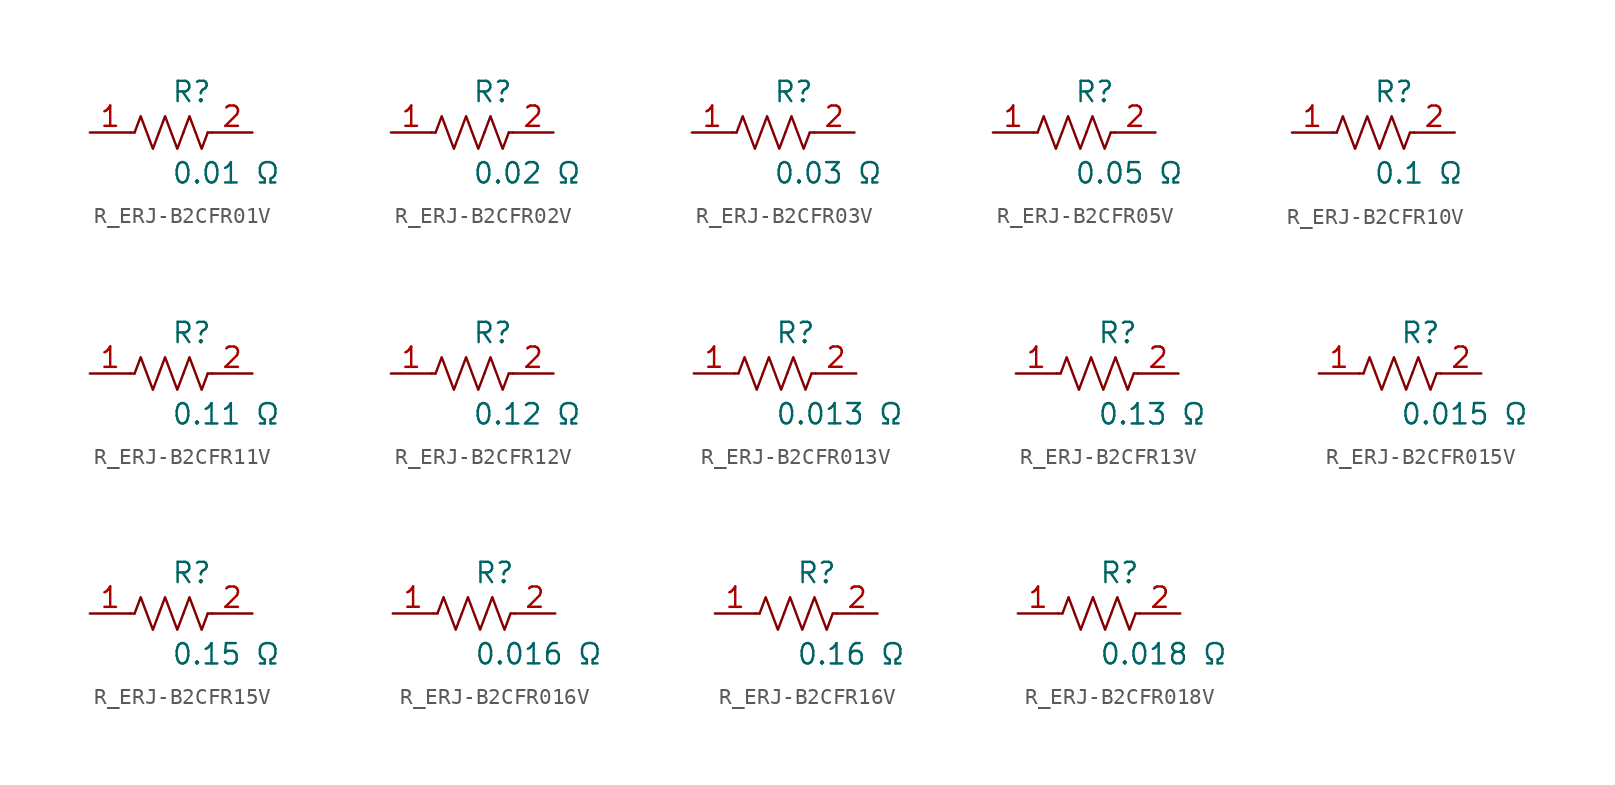
<source format=kicad_sym>
(kicad_symbol_lib
  (version 20231120)
  (generator kicad_symbol_editor)
  (generator_version 8.0)
  (symbol "R_ERJ-B2CFR01V"
    (pin_names
      (offset 0.254))
    (property "Reference" "R"
      (at 0 2.54 0)
      (effects (font (size 1.27 1.27)) (justify left)))
    (property "Value" "0.01 Ω"
      (at 0 -2.54 0)
      (effects (font (size 1.27 1.27)) (justify left)))
    (symbol "R_ERJ-B2CFR01V_0_1"
      (polyline (pts (xy 2.286 0) (xy 2.54 0)) (stroke (width 0) (type default)) (fill (type none)))
      (polyline (pts (xy -2.286 0) (xy -2.54 0)) (stroke (width 0) (type default)) (fill (type none)))
      (polyline (pts (xy 0.762 0) (xy 1.143 1.016) (xy 1.524 0) (xy 1.905 -1.016) (xy 2.286 0)) (stroke (width 0) (type default)) (fill (type none)))
      (polyline (pts (xy -0.762 0) (xy -0.381 1.016) (xy 0 0) (xy 0.381 -1.016) (xy 0.762 0)) (stroke (width 0) (type default)) (fill (type none)))
      (polyline (pts (xy -2.286 0) (xy -1.905 1.016) (xy -1.524 0) (xy -1.143 -1.016) (xy -0.762 0)) (stroke (width 0) (type default)) (fill (type none))))
    (pin passive line
      (at -5.08 0 0)
      (length 2.54)
      (name "" (effects (font (size 1.27 1.27))))
      (number "1" (effects (font (size 1.27 1.27)))))
    (pin passive line
      (at 5.08 0 180)
      (length 2.54)
      (name "" (effects (font (size 1.27 1.27))))
      (number "2" (effects (font (size 1.27 1.27))))))
  (symbol "R_ERJ-B2CFR02V"
    (pin_names
      (offset 0.254))
    (property "Reference" "R"
      (at 0 2.54 0)
      (effects (font (size 1.27 1.27)) (justify left)))
    (property "Value" "0.02 Ω"
      (at 0 -2.54 0)
      (effects (font (size 1.27 1.27)) (justify left)))
    (symbol "R_ERJ-B2CFR02V_0_1"
      (polyline (pts (xy 2.286 0) (xy 2.54 0)) (stroke (width 0) (type default)) (fill (type none)))
      (polyline (pts (xy -2.286 0) (xy -2.54 0)) (stroke (width 0) (type default)) (fill (type none)))
      (polyline (pts (xy 0.762 0) (xy 1.143 1.016) (xy 1.524 0) (xy 1.905 -1.016) (xy 2.286 0)) (stroke (width 0) (type default)) (fill (type none)))
      (polyline (pts (xy -0.762 0) (xy -0.381 1.016) (xy 0 0) (xy 0.381 -1.016) (xy 0.762 0)) (stroke (width 0) (type default)) (fill (type none)))
      (polyline (pts (xy -2.286 0) (xy -1.905 1.016) (xy -1.524 0) (xy -1.143 -1.016) (xy -0.762 0)) (stroke (width 0) (type default)) (fill (type none))))
    (pin passive line
      (at -5.08 0 0)
      (length 2.54)
      (name "" (effects (font (size 1.27 1.27))))
      (number "1" (effects (font (size 1.27 1.27)))))
    (pin passive line
      (at 5.08 0 180)
      (length 2.54)
      (name "" (effects (font (size 1.27 1.27))))
      (number "2" (effects (font (size 1.27 1.27))))))
  (symbol "R_ERJ-B2CFR03V"
    (pin_names
      (offset 0.254))
    (property "Reference" "R"
      (at 0 2.54 0)
      (effects (font (size 1.27 1.27)) (justify left)))
    (property "Value" "0.03 Ω"
      (at 0 -2.54 0)
      (effects (font (size 1.27 1.27)) (justify left)))
    (symbol "R_ERJ-B2CFR03V_0_1"
      (polyline (pts (xy 2.286 0) (xy 2.54 0)) (stroke (width 0) (type default)) (fill (type none)))
      (polyline (pts (xy -2.286 0) (xy -2.54 0)) (stroke (width 0) (type default)) (fill (type none)))
      (polyline (pts (xy 0.762 0) (xy 1.143 1.016) (xy 1.524 0) (xy 1.905 -1.016) (xy 2.286 0)) (stroke (width 0) (type default)) (fill (type none)))
      (polyline (pts (xy -0.762 0) (xy -0.381 1.016) (xy 0 0) (xy 0.381 -1.016) (xy 0.762 0)) (stroke (width 0) (type default)) (fill (type none)))
      (polyline (pts (xy -2.286 0) (xy -1.905 1.016) (xy -1.524 0) (xy -1.143 -1.016) (xy -0.762 0)) (stroke (width 0) (type default)) (fill (type none))))
    (pin passive line
      (at -5.08 0 0)
      (length 2.54)
      (name "" (effects (font (size 1.27 1.27))))
      (number "1" (effects (font (size 1.27 1.27)))))
    (pin passive line
      (at 5.08 0 180)
      (length 2.54)
      (name "" (effects (font (size 1.27 1.27))))
      (number "2" (effects (font (size 1.27 1.27))))))
  (symbol "R_ERJ-B2CFR05V"
    (pin_names
      (offset 0.254))
    (property "Reference" "R"
      (at 0 2.54 0)
      (effects (font (size 1.27 1.27)) (justify left)))
    (property "Value" "0.05 Ω"
      (at 0 -2.54 0)
      (effects (font (size 1.27 1.27)) (justify left)))
    (symbol "R_ERJ-B2CFR05V_0_1"
      (polyline (pts (xy 2.286 0) (xy 2.54 0)) (stroke (width 0) (type default)) (fill (type none)))
      (polyline (pts (xy -2.286 0) (xy -2.54 0)) (stroke (width 0) (type default)) (fill (type none)))
      (polyline (pts (xy 0.762 0) (xy 1.143 1.016) (xy 1.524 0) (xy 1.905 -1.016) (xy 2.286 0)) (stroke (width 0) (type default)) (fill (type none)))
      (polyline (pts (xy -0.762 0) (xy -0.381 1.016) (xy 0 0) (xy 0.381 -1.016) (xy 0.762 0)) (stroke (width 0) (type default)) (fill (type none)))
      (polyline (pts (xy -2.286 0) (xy -1.905 1.016) (xy -1.524 0) (xy -1.143 -1.016) (xy -0.762 0)) (stroke (width 0) (type default)) (fill (type none))))
    (pin passive line
      (at -5.08 0 0)
      (length 2.54)
      (name "" (effects (font (size 1.27 1.27))))
      (number "1" (effects (font (size 1.27 1.27)))))
    (pin passive line
      (at 5.08 0 180)
      (length 2.54)
      (name "" (effects (font (size 1.27 1.27))))
      (number "2" (effects (font (size 1.27 1.27))))))
  (symbol "R_ERJ-B2CFR10V"
    (pin_names
      (offset 0.254))
    (property "Reference" "R"
      (at 0 2.54 0)
      (effects (font (size 1.27 1.27)) (justify left)))
    (property "Value" "0.1 Ω"
      (at 0 -2.54 0)
      (effects (font (size 1.27 1.27)) (justify left)))
    (symbol "R_ERJ-B2CFR10V_0_1"
      (polyline (pts (xy 2.286 0) (xy 2.54 0)) (stroke (width 0) (type default)) (fill (type none)))
      (polyline (pts (xy -2.286 0) (xy -2.54 0)) (stroke (width 0) (type default)) (fill (type none)))
      (polyline (pts (xy 0.762 0) (xy 1.143 1.016) (xy 1.524 0) (xy 1.905 -1.016) (xy 2.286 0)) (stroke (width 0) (type default)) (fill (type none)))
      (polyline (pts (xy -0.762 0) (xy -0.381 1.016) (xy 0 0) (xy 0.381 -1.016) (xy 0.762 0)) (stroke (width 0) (type default)) (fill (type none)))
      (polyline (pts (xy -2.286 0) (xy -1.905 1.016) (xy -1.524 0) (xy -1.143 -1.016) (xy -0.762 0)) (stroke (width 0) (type default)) (fill (type none))))
    (pin passive line
      (at -5.08 0 0)
      (length 2.54)
      (name "" (effects (font (size 1.27 1.27))))
      (number "1" (effects (font (size 1.27 1.27)))))
    (pin passive line
      (at 5.08 0 180)
      (length 2.54)
      (name "" (effects (font (size 1.27 1.27))))
      (number "2" (effects (font (size 1.27 1.27))))))
  (symbol "R_ERJ-B2CFR11V"
    (pin_names
      (offset 0.254))
    (property "Reference" "R"
      (at 0 2.54 0)
      (effects (font (size 1.27 1.27)) (justify left)))
    (property "Value" "0.11 Ω"
      (at 0 -2.54 0)
      (effects (font (size 1.27 1.27)) (justify left)))
    (symbol "R_ERJ-B2CFR11V_0_1"
      (polyline (pts (xy 2.286 0) (xy 2.54 0)) (stroke (width 0) (type default)) (fill (type none)))
      (polyline (pts (xy -2.286 0) (xy -2.54 0)) (stroke (width 0) (type default)) (fill (type none)))
      (polyline (pts (xy 0.762 0) (xy 1.143 1.016) (xy 1.524 0) (xy 1.905 -1.016) (xy 2.286 0)) (stroke (width 0) (type default)) (fill (type none)))
      (polyline (pts (xy -0.762 0) (xy -0.381 1.016) (xy 0 0) (xy 0.381 -1.016) (xy 0.762 0)) (stroke (width 0) (type default)) (fill (type none)))
      (polyline (pts (xy -2.286 0) (xy -1.905 1.016) (xy -1.524 0) (xy -1.143 -1.016) (xy -0.762 0)) (stroke (width 0) (type default)) (fill (type none))))
    (pin passive line
      (at -5.08 0 0)
      (length 2.54)
      (name "" (effects (font (size 1.27 1.27))))
      (number "1" (effects (font (size 1.27 1.27)))))
    (pin passive line
      (at 5.08 0 180)
      (length 2.54)
      (name "" (effects (font (size 1.27 1.27))))
      (number "2" (effects (font (size 1.27 1.27))))))
  (symbol "R_ERJ-B2CFR12V"
    (pin_names
      (offset 0.254))
    (property "Reference" "R"
      (at 0 2.54 0)
      (effects (font (size 1.27 1.27)) (justify left)))
    (property "Value" "0.12 Ω"
      (at 0 -2.54 0)
      (effects (font (size 1.27 1.27)) (justify left)))
    (symbol "R_ERJ-B2CFR12V_0_1"
      (polyline (pts (xy 2.286 0) (xy 2.54 0)) (stroke (width 0) (type default)) (fill (type none)))
      (polyline (pts (xy -2.286 0) (xy -2.54 0)) (stroke (width 0) (type default)) (fill (type none)))
      (polyline (pts (xy 0.762 0) (xy 1.143 1.016) (xy 1.524 0) (xy 1.905 -1.016) (xy 2.286 0)) (stroke (width 0) (type default)) (fill (type none)))
      (polyline (pts (xy -0.762 0) (xy -0.381 1.016) (xy 0 0) (xy 0.381 -1.016) (xy 0.762 0)) (stroke (width 0) (type default)) (fill (type none)))
      (polyline (pts (xy -2.286 0) (xy -1.905 1.016) (xy -1.524 0) (xy -1.143 -1.016) (xy -0.762 0)) (stroke (width 0) (type default)) (fill (type none))))
    (pin passive line
      (at -5.08 0 0)
      (length 2.54)
      (name "" (effects (font (size 1.27 1.27))))
      (number "1" (effects (font (size 1.27 1.27)))))
    (pin passive line
      (at 5.08 0 180)
      (length 2.54)
      (name "" (effects (font (size 1.27 1.27))))
      (number "2" (effects (font (size 1.27 1.27))))))
  (symbol "R_ERJ-B2CFR013V"
    (pin_names
      (offset 0.254))
    (property "Reference" "R"
      (at 0 2.54 0)
      (effects (font (size 1.27 1.27)) (justify left)))
    (property "Value" "0.013 Ω"
      (at 0 -2.54 0)
      (effects (font (size 1.27 1.27)) (justify left)))
    (symbol "R_ERJ-B2CFR013V_0_1"
      (polyline (pts (xy 2.286 0) (xy 2.54 0)) (stroke (width 0) (type default)) (fill (type none)))
      (polyline (pts (xy -2.286 0) (xy -2.54 0)) (stroke (width 0) (type default)) (fill (type none)))
      (polyline (pts (xy 0.762 0) (xy 1.143 1.016) (xy 1.524 0) (xy 1.905 -1.016) (xy 2.286 0)) (stroke (width 0) (type default)) (fill (type none)))
      (polyline (pts (xy -0.762 0) (xy -0.381 1.016) (xy 0 0) (xy 0.381 -1.016) (xy 0.762 0)) (stroke (width 0) (type default)) (fill (type none)))
      (polyline (pts (xy -2.286 0) (xy -1.905 1.016) (xy -1.524 0) (xy -1.143 -1.016) (xy -0.762 0)) (stroke (width 0) (type default)) (fill (type none))))
    (pin passive line
      (at -5.08 0 0)
      (length 2.54)
      (name "" (effects (font (size 1.27 1.27))))
      (number "1" (effects (font (size 1.27 1.27)))))
    (pin passive line
      (at 5.08 0 180)
      (length 2.54)
      (name "" (effects (font (size 1.27 1.27))))
      (number "2" (effects (font (size 1.27 1.27))))))
  (symbol "R_ERJ-B2CFR13V"
    (pin_names
      (offset 0.254))
    (property "Reference" "R"
      (at 0 2.54 0)
      (effects (font (size 1.27 1.27)) (justify left)))
    (property "Value" "0.13 Ω"
      (at 0 -2.54 0)
      (effects (font (size 1.27 1.27)) (justify left)))
    (symbol "R_ERJ-B2CFR13V_0_1"
      (polyline (pts (xy 2.286 0) (xy 2.54 0)) (stroke (width 0) (type default)) (fill (type none)))
      (polyline (pts (xy -2.286 0) (xy -2.54 0)) (stroke (width 0) (type default)) (fill (type none)))
      (polyline (pts (xy 0.762 0) (xy 1.143 1.016) (xy 1.524 0) (xy 1.905 -1.016) (xy 2.286 0)) (stroke (width 0) (type default)) (fill (type none)))
      (polyline (pts (xy -0.762 0) (xy -0.381 1.016) (xy 0 0) (xy 0.381 -1.016) (xy 0.762 0)) (stroke (width 0) (type default)) (fill (type none)))
      (polyline (pts (xy -2.286 0) (xy -1.905 1.016) (xy -1.524 0) (xy -1.143 -1.016) (xy -0.762 0)) (stroke (width 0) (type default)) (fill (type none))))
    (pin passive line
      (at -5.08 0 0)
      (length 2.54)
      (name "" (effects (font (size 1.27 1.27))))
      (number "1" (effects (font (size 1.27 1.27)))))
    (pin passive line
      (at 5.08 0 180)
      (length 2.54)
      (name "" (effects (font (size 1.27 1.27))))
      (number "2" (effects (font (size 1.27 1.27))))))
  (symbol "R_ERJ-B2CFR015V"
    (pin_names
      (offset 0.254))
    (property "Reference" "R"
      (at 0 2.54 0)
      (effects (font (size 1.27 1.27)) (justify left)))
    (property "Value" "0.015 Ω"
      (at 0 -2.54 0)
      (effects (font (size 1.27 1.27)) (justify left)))
    (symbol "R_ERJ-B2CFR015V_0_1"
      (polyline (pts (xy 2.286 0) (xy 2.54 0)) (stroke (width 0) (type default)) (fill (type none)))
      (polyline (pts (xy -2.286 0) (xy -2.54 0)) (stroke (width 0) (type default)) (fill (type none)))
      (polyline (pts (xy 0.762 0) (xy 1.143 1.016) (xy 1.524 0) (xy 1.905 -1.016) (xy 2.286 0)) (stroke (width 0) (type default)) (fill (type none)))
      (polyline (pts (xy -0.762 0) (xy -0.381 1.016) (xy 0 0) (xy 0.381 -1.016) (xy 0.762 0)) (stroke (width 0) (type default)) (fill (type none)))
      (polyline (pts (xy -2.286 0) (xy -1.905 1.016) (xy -1.524 0) (xy -1.143 -1.016) (xy -0.762 0)) (stroke (width 0) (type default)) (fill (type none))))
    (pin passive line
      (at -5.08 0 0)
      (length 2.54)
      (name "" (effects (font (size 1.27 1.27))))
      (number "1" (effects (font (size 1.27 1.27)))))
    (pin passive line
      (at 5.08 0 180)
      (length 2.54)
      (name "" (effects (font (size 1.27 1.27))))
      (number "2" (effects (font (size 1.27 1.27))))))
  (symbol "R_ERJ-B2CFR15V"
    (pin_names
      (offset 0.254))
    (property "Reference" "R"
      (at 0 2.54 0)
      (effects (font (size 1.27 1.27)) (justify left)))
    (property "Value" "0.15 Ω"
      (at 0 -2.54 0)
      (effects (font (size 1.27 1.27)) (justify left)))
    (symbol "R_ERJ-B2CFR15V_0_1"
      (polyline (pts (xy 2.286 0) (xy 2.54 0)) (stroke (width 0) (type default)) (fill (type none)))
      (polyline (pts (xy -2.286 0) (xy -2.54 0)) (stroke (width 0) (type default)) (fill (type none)))
      (polyline (pts (xy 0.762 0) (xy 1.143 1.016) (xy 1.524 0) (xy 1.905 -1.016) (xy 2.286 0)) (stroke (width 0) (type default)) (fill (type none)))
      (polyline (pts (xy -0.762 0) (xy -0.381 1.016) (xy 0 0) (xy 0.381 -1.016) (xy 0.762 0)) (stroke (width 0) (type default)) (fill (type none)))
      (polyline (pts (xy -2.286 0) (xy -1.905 1.016) (xy -1.524 0) (xy -1.143 -1.016) (xy -0.762 0)) (stroke (width 0) (type default)) (fill (type none))))
    (pin passive line
      (at -5.08 0 0)
      (length 2.54)
      (name "" (effects (font (size 1.27 1.27))))
      (number "1" (effects (font (size 1.27 1.27)))))
    (pin passive line
      (at 5.08 0 180)
      (length 2.54)
      (name "" (effects (font (size 1.27 1.27))))
      (number "2" (effects (font (size 1.27 1.27))))))
  (symbol "R_ERJ-B2CFR016V"
    (pin_names
      (offset 0.254))
    (property "Reference" "R"
      (at 0 2.54 0)
      (effects (font (size 1.27 1.27)) (justify left)))
    (property "Value" "0.016 Ω"
      (at 0 -2.54 0)
      (effects (font (size 1.27 1.27)) (justify left)))
    (symbol "R_ERJ-B2CFR016V_0_1"
      (polyline (pts (xy 2.286 0) (xy 2.54 0)) (stroke (width 0) (type default)) (fill (type none)))
      (polyline (pts (xy -2.286 0) (xy -2.54 0)) (stroke (width 0) (type default)) (fill (type none)))
      (polyline (pts (xy 0.762 0) (xy 1.143 1.016) (xy 1.524 0) (xy 1.905 -1.016) (xy 2.286 0)) (stroke (width 0) (type default)) (fill (type none)))
      (polyline (pts (xy -0.762 0) (xy -0.381 1.016) (xy 0 0) (xy 0.381 -1.016) (xy 0.762 0)) (stroke (width 0) (type default)) (fill (type none)))
      (polyline (pts (xy -2.286 0) (xy -1.905 1.016) (xy -1.524 0) (xy -1.143 -1.016) (xy -0.762 0)) (stroke (width 0) (type default)) (fill (type none))))
    (pin passive line
      (at -5.08 0 0)
      (length 2.54)
      (name "" (effects (font (size 1.27 1.27))))
      (number "1" (effects (font (size 1.27 1.27)))))
    (pin passive line
      (at 5.08 0 180)
      (length 2.54)
      (name "" (effects (font (size 1.27 1.27))))
      (number "2" (effects (font (size 1.27 1.27))))))
  (symbol "R_ERJ-B2CFR16V"
    (pin_names
      (offset 0.254))
    (property "Reference" "R"
      (at 0 2.54 0)
      (effects (font (size 1.27 1.27)) (justify left)))
    (property "Value" "0.16 Ω"
      (at 0 -2.54 0)
      (effects (font (size 1.27 1.27)) (justify left)))
    (symbol "R_ERJ-B2CFR16V_0_1"
      (polyline (pts (xy 2.286 0) (xy 2.54 0)) (stroke (width 0) (type default)) (fill (type none)))
      (polyline (pts (xy -2.286 0) (xy -2.54 0)) (stroke (width 0) (type default)) (fill (type none)))
      (polyline (pts (xy 0.762 0) (xy 1.143 1.016) (xy 1.524 0) (xy 1.905 -1.016) (xy 2.286 0)) (stroke (width 0) (type default)) (fill (type none)))
      (polyline (pts (xy -0.762 0) (xy -0.381 1.016) (xy 0 0) (xy 0.381 -1.016) (xy 0.762 0)) (stroke (width 0) (type default)) (fill (type none)))
      (polyline (pts (xy -2.286 0) (xy -1.905 1.016) (xy -1.524 0) (xy -1.143 -1.016) (xy -0.762 0)) (stroke (width 0) (type default)) (fill (type none))))
    (pin passive line
      (at -5.08 0 0)
      (length 2.54)
      (name "" (effects (font (size 1.27 1.27))))
      (number "1" (effects (font (size 1.27 1.27)))))
    (pin passive line
      (at 5.08 0 180)
      (length 2.54)
      (name "" (effects (font (size 1.27 1.27))))
      (number "2" (effects (font (size 1.27 1.27))))))
  (symbol "R_ERJ-B2CFR018V"
    (pin_names
      (offset 0.254))
    (property "Reference" "R"
      (at 0 2.54 0)
      (effects (font (size 1.27 1.27)) (justify left)))
    (property "Value" "0.018 Ω"
      (at 0 -2.54 0)
      (effects (font (size 1.27 1.27)) (justify left)))
    (symbol "R_ERJ-B2CFR018V_0_1"
      (polyline (pts (xy 2.286 0) (xy 2.54 0)) (stroke (width 0) (type default)) (fill (type none)))
      (polyline (pts (xy -2.286 0) (xy -2.54 0)) (stroke (width 0) (type default)) (fill (type none)))
      (polyline (pts (xy 0.762 0) (xy 1.143 1.016) (xy 1.524 0) (xy 1.905 -1.016) (xy 2.286 0)) (stroke (width 0) (type default)) (fill (type none)))
      (polyline (pts (xy -0.762 0) (xy -0.381 1.016) (xy 0 0) (xy 0.381 -1.016) (xy 0.762 0)) (stroke (width 0) (type default)) (fill (type none)))
      (polyline (pts (xy -2.286 0) (xy -1.905 1.016) (xy -1.524 0) (xy -1.143 -1.016) (xy -0.762 0)) (stroke (width 0) (type default)) (fill (type none))))
    (pin passive line
      (at -5.08 0 0)
      (length 2.54)
      (name "" (effects (font (size 1.27 1.27))))
      (number "1" (effects (font (size 1.27 1.27)))))
    (pin passive line
      (at 5.08 0 180)
      (length 2.54)
      (name "" (effects (font (size 1.27 1.27))))
      (number "2" (effects (font (size 1.27 1.27)))))))
</source>
